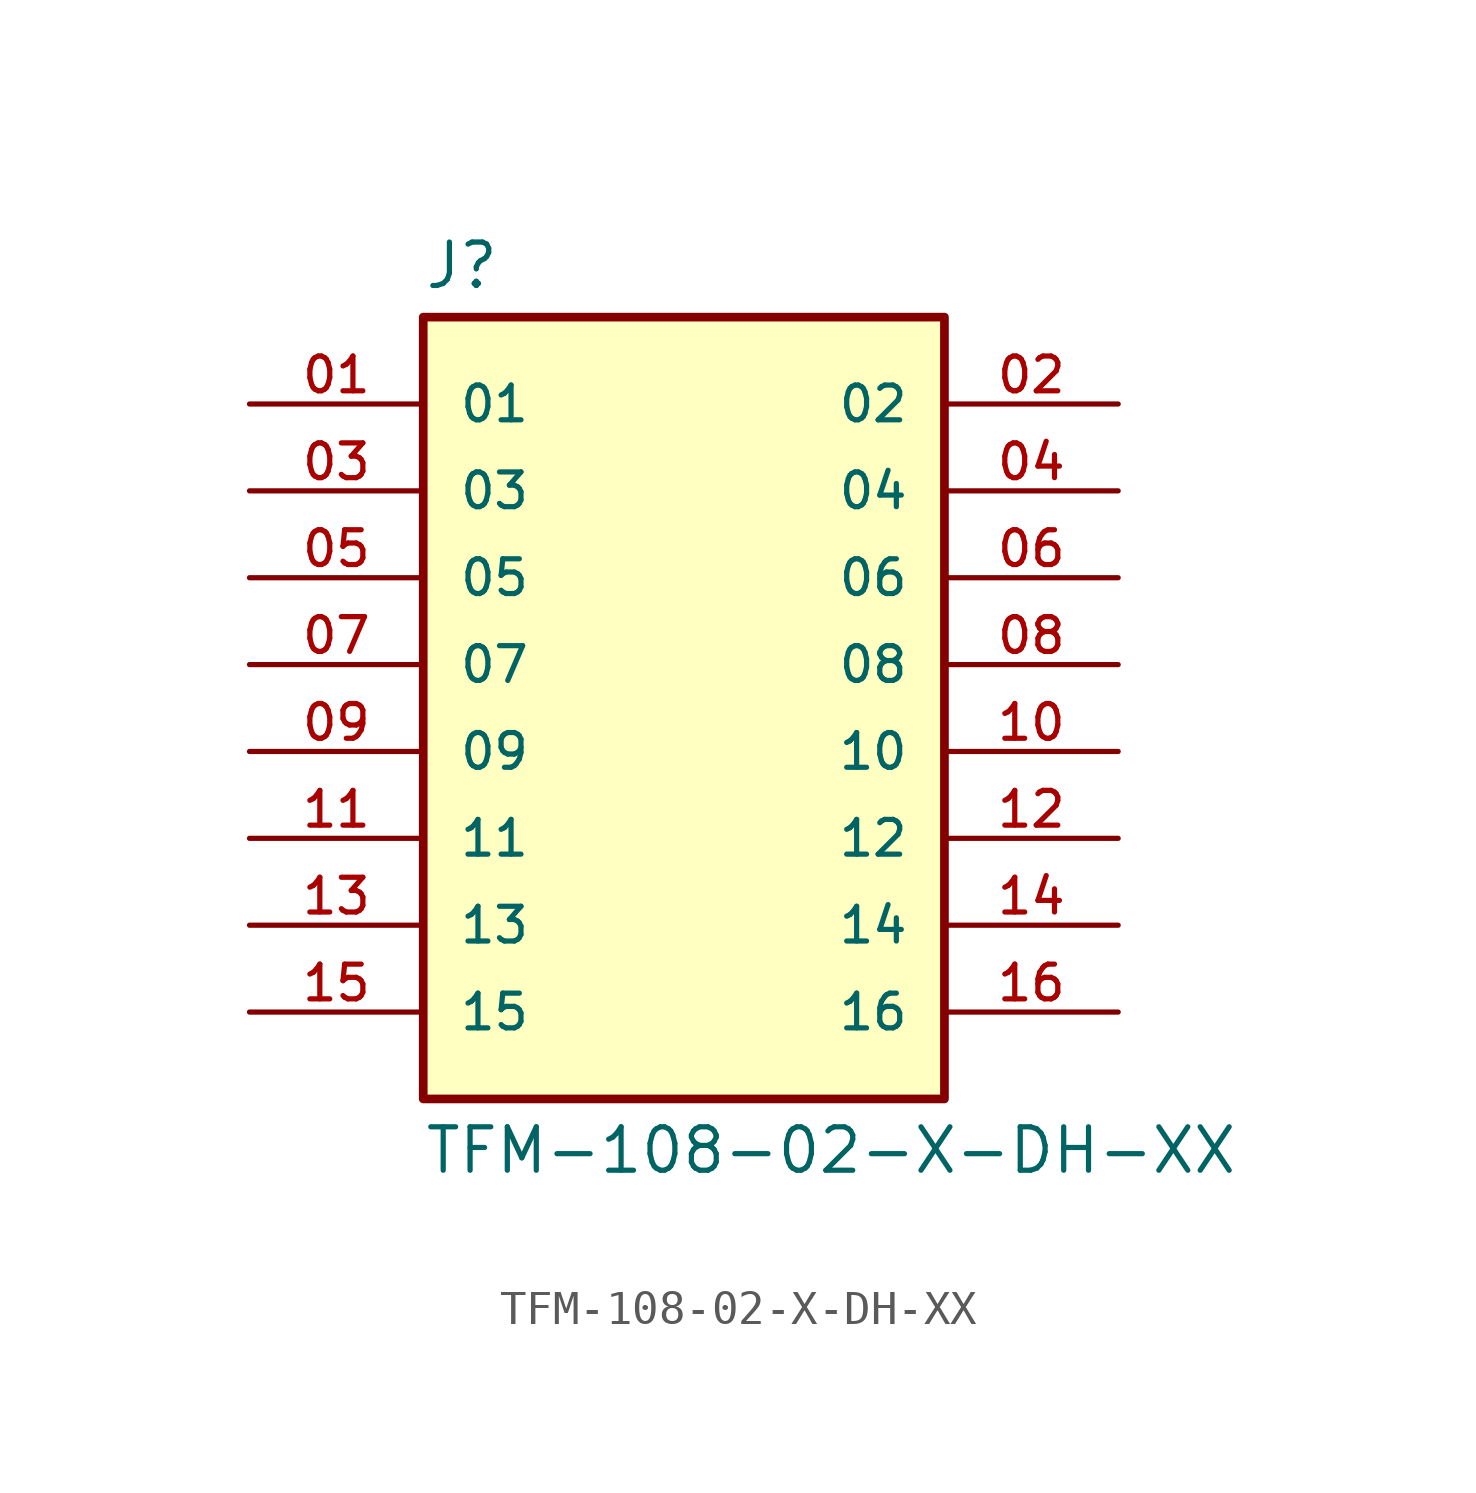
<source format=kicad_sym>
(kicad_symbol_lib
  (version 20211014)
  (generator kicad_symbol_editor)
  (symbol "TFM-108-02-X-DH-XX"
    (pin_names
      (offset 1.016))
    (property "Reference" "J"
      (at -7.62 10.922 0)
      (effects (font (size 1.27 1.27)) (justify bottom left)))
    (property "Value" "TFM-108-02-X-DH-XX"
      (at -7.62 -13.462 0)
      (effects (font (size 1.27 1.27)) (justify top left)))
    (symbol "TFM-108-02-X-DH-XX_0_0"
      (rectangle (start -7.62 -12.7) (end 7.62 10.16) (stroke (width 0.254)) (fill (type background)))
      (pin passive line (at -12.7 7.62 0) (length 5.08) (name "01" (effects (font (size 1.016 1.016)))) (number "01" (effects (font (size 1.016 1.016)))))
      (pin passive line (at 12.7 7.62 180.0) (length 5.08) (name "02" (effects (font (size 1.016 1.016)))) (number "02" (effects (font (size 1.016 1.016)))))
      (pin passive line (at -12.7 5.08 0) (length 5.08) (name "03" (effects (font (size 1.016 1.016)))) (number "03" (effects (font (size 1.016 1.016)))))
      (pin passive line (at 12.7 5.08 180.0) (length 5.08) (name "04" (effects (font (size 1.016 1.016)))) (number "04" (effects (font (size 1.016 1.016)))))
      (pin passive line (at -12.7 2.54 0) (length 5.08) (name "05" (effects (font (size 1.016 1.016)))) (number "05" (effects (font (size 1.016 1.016)))))
      (pin passive line (at 12.7 2.54 180.0) (length 5.08) (name "06" (effects (font (size 1.016 1.016)))) (number "06" (effects (font (size 1.016 1.016)))))
      (pin passive line (at -12.7 0.0 0) (length 5.08) (name "07" (effects (font (size 1.016 1.016)))) (number "07" (effects (font (size 1.016 1.016)))))
      (pin passive line (at 12.7 0.0 180.0) (length 5.08) (name "08" (effects (font (size 1.016 1.016)))) (number "08" (effects (font (size 1.016 1.016)))))
      (pin passive line (at -12.7 -2.54 0) (length 5.08) (name "09" (effects (font (size 1.016 1.016)))) (number "09" (effects (font (size 1.016 1.016)))))
      (pin passive line (at 12.7 -2.54 180.0) (length 5.08) (name "10" (effects (font (size 1.016 1.016)))) (number "10" (effects (font (size 1.016 1.016)))))
      (pin passive line (at -12.7 -5.08 0) (length 5.08) (name "11" (effects (font (size 1.016 1.016)))) (number "11" (effects (font (size 1.016 1.016)))))
      (pin passive line (at 12.7 -5.08 180.0) (length 5.08) (name "12" (effects (font (size 1.016 1.016)))) (number "12" (effects (font (size 1.016 1.016)))))
      (pin passive line (at -12.7 -7.62 0) (length 5.08) (name "13" (effects (font (size 1.016 1.016)))) (number "13" (effects (font (size 1.016 1.016)))))
      (pin passive line (at 12.7 -7.62 180.0) (length 5.08) (name "14" (effects (font (size 1.016 1.016)))) (number "14" (effects (font (size 1.016 1.016)))))
      (pin passive line (at -12.7 -10.16 0) (length 5.08) (name "15" (effects (font (size 1.016 1.016)))) (number "15" (effects (font (size 1.016 1.016)))))
      (pin passive line (at 12.7 -10.16 180.0) (length 5.08) (name "16" (effects (font (size 1.016 1.016)))) (number "16" (effects (font (size 1.016 1.016))))))))
</source>
